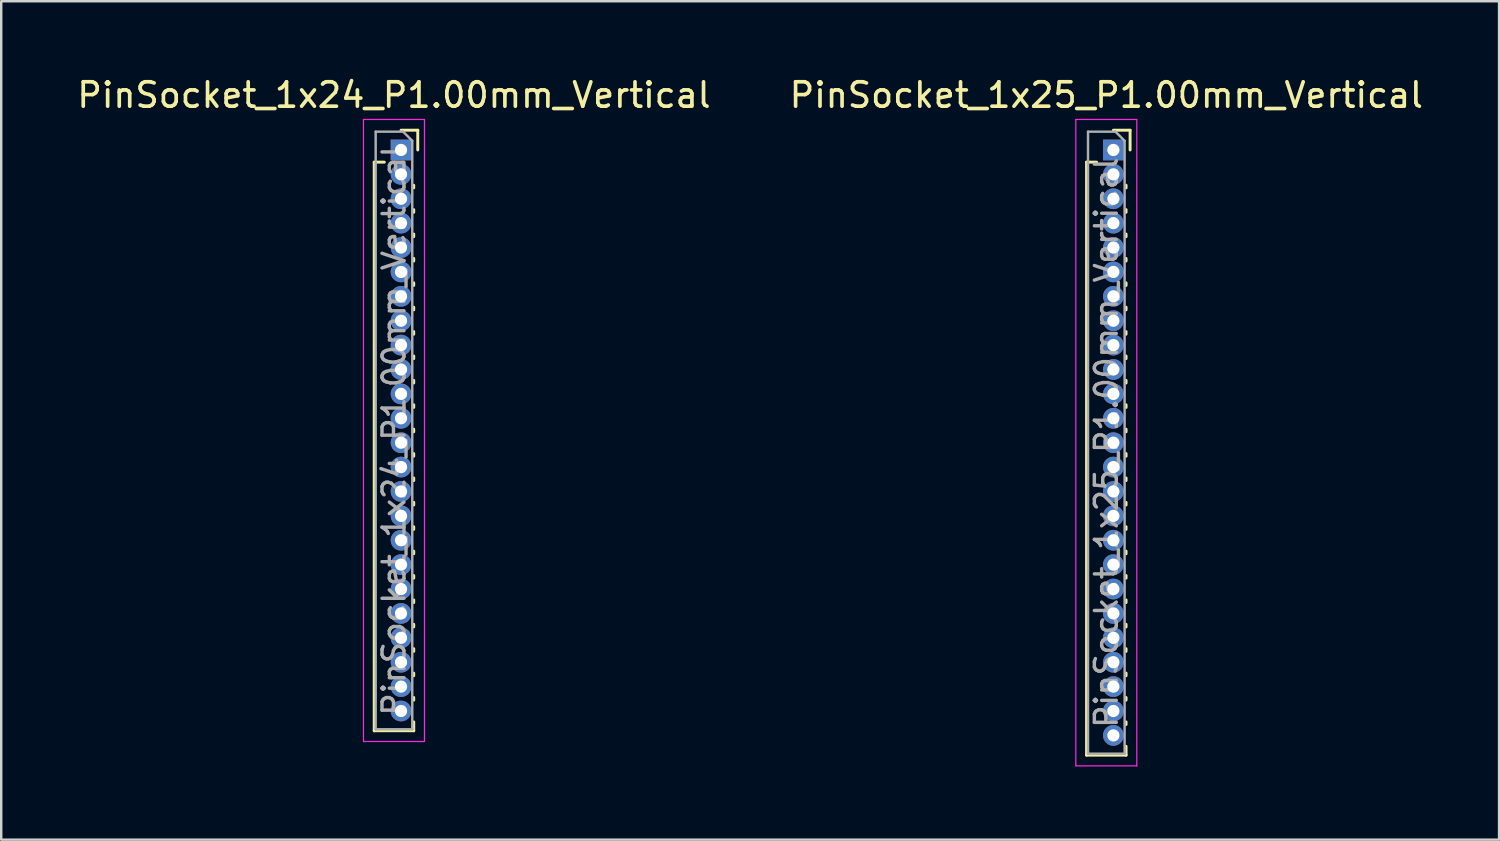
<source format=kicad_pcb>
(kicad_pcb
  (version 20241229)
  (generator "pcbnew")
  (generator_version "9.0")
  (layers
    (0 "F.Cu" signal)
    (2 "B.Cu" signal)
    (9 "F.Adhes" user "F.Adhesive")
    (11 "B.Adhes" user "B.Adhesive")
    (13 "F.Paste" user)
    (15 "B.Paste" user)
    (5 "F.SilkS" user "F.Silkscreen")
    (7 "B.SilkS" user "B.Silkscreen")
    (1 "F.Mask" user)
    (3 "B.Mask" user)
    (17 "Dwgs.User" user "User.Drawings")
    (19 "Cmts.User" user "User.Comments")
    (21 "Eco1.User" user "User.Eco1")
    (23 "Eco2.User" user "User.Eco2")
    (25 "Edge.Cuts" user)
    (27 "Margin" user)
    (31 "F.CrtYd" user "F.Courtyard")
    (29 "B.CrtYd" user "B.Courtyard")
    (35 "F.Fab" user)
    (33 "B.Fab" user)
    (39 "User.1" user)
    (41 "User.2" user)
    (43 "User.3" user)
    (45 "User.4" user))
  (footprint "PinSocket_1x24_P1.00mm_Vertical"
    (layer "F.Cu")
    (at 13.391 3.098)
    (property "Reference" "PinSocket_1x24_P1.00mm_Vertical" (at -0.29 -2.25 0) (layer "F.SilkS") (effects (font (size 1 1) (thickness 0.15))))
    (attr through_hole)
    (fp_line (start -1.1 0.5) (end -1.1 23.81) (stroke (width 0.12) (type solid)) (layer "F.SilkS"))
    (fp_line (start -1.1 0.5) (end -0.685 0.5) (stroke (width 0.12) (type solid)) (layer "F.SilkS"))
    (fp_line (start -1.1 23.81) (end 0.52 23.81) (stroke (width 0.12) (type solid)) (layer "F.SilkS"))
    (fp_line (start 0 -0.81) (end 0.685 -0.81) (stroke (width 0.12) (type solid)) (layer "F.SilkS"))
    (fp_line (start 0.52 1.446) (end 0.52 1.554) (stroke (width 0.12) (type solid)) (layer "F.SilkS"))
    (fp_line (start 0.52 2.446) (end 0.52 2.554) (stroke (width 0.12) (type solid)) (layer "F.SilkS"))
    (fp_line (start 0.52 3.446) (end 0.52 3.554) (stroke (width 0.12) (type solid)) (layer "F.SilkS"))
    (fp_line (start 0.52 4.446) (end 0.52 4.554) (stroke (width 0.12) (type solid)) (layer "F.SilkS"))
    (fp_line (start 0.52 5.446) (end 0.52 5.554) (stroke (width 0.12) (type solid)) (layer "F.SilkS"))
    (fp_line (start 0.52 6.446) (end 0.52 6.554) (stroke (width 0.12) (type solid)) (layer "F.SilkS"))
    (fp_line (start 0.52 7.446) (end 0.52 7.554) (stroke (width 0.12) (type solid)) (layer "F.SilkS"))
    (fp_line (start 0.52 8.446) (end 0.52 8.554) (stroke (width 0.12) (type solid)) (layer "F.SilkS"))
    (fp_line (start 0.52 9.446) (end 0.52 9.554) (stroke (width 0.12) (type solid)) (layer "F.SilkS"))
    (fp_line (start 0.52 10.446) (end 0.52 10.554) (stroke (width 0.12) (type solid)) (layer "F.SilkS"))
    (fp_line (start 0.52 11.446) (end 0.52 11.554) (stroke (width 0.12) (type solid)) (layer "F.SilkS"))
    (fp_line (start 0.52 12.446) (end 0.52 12.554) (stroke (width 0.12) (type solid)) (layer "F.SilkS"))
    (fp_line (start 0.52 13.446) (end 0.52 13.554) (stroke (width 0.12) (type solid)) (layer "F.SilkS"))
    (fp_line (start 0.52 14.446) (end 0.52 14.554) (stroke (width 0.12) (type solid)) (layer "F.SilkS"))
    (fp_line (start 0.52 15.446) (end 0.52 15.554) (stroke (width 0.12) (type solid)) (layer "F.SilkS"))
    (fp_line (start 0.52 16.446) (end 0.52 16.554) (stroke (width 0.12) (type solid)) (layer "F.SilkS"))
    (fp_line (start 0.52 17.446) (end 0.52 17.554) (stroke (width 0.12) (type solid)) (layer "F.SilkS"))
    (fp_line (start 0.52 18.446) (end 0.52 18.554) (stroke (width 0.12) (type solid)) (layer "F.SilkS"))
    (fp_line (start 0.52 19.446) (end 0.52 19.554) (stroke (width 0.12) (type solid)) (layer "F.SilkS"))
    (fp_line (start 0.52 20.446) (end 0.52 20.554) (stroke (width 0.12) (type solid)) (layer "F.SilkS"))
    (fp_line (start 0.52 21.446) (end 0.52 21.554) (stroke (width 0.12) (type solid)) (layer "F.SilkS"))
    (fp_line (start 0.52 22.446) (end 0.52 22.554) (stroke (width 0.12) (type solid)) (layer "F.SilkS"))
    (fp_line (start 0.52 23.446) (end 0.52 23.81) (stroke (width 0.12) (type solid)) (layer "F.SilkS"))
    (fp_line (start 0.685 -0.81) (end 0.685 0) (stroke (width 0.12) (type solid)) (layer "F.SilkS"))
    (fp_line (start -1.54 -1.25) (end 0.96 -1.25) (stroke (width 0.05) (type solid)) (layer "F.CrtYd"))
    (fp_line (start -1.54 24.25) (end -1.54 -1.25) (stroke (width 0.05) (type solid)) (layer "F.CrtYd"))
    (fp_line (start 0.96 -1.25) (end 0.96 24.25) (stroke (width 0.05) (type solid)) (layer "F.CrtYd"))
    (fp_line (start 0.96 24.25) (end -1.54 24.25) (stroke (width 0.05) (type solid)) (layer "F.CrtYd"))
    (fp_line (start -1.04 -0.75) (end 0.085 -0.75) (stroke (width 0.1) (type solid)) (layer "F.Fab"))
    (fp_line (start -1.04 23.75) (end -1.04 -0.75) (stroke (width 0.1) (type solid)) (layer "F.Fab"))
    (fp_line (start 0.085 -0.75) (end 0.46 -0.375) (stroke (width 0.1) (type solid)) (layer "F.Fab"))
    (fp_line (start 0.46 -0.375) (end 0.46 23.75) (stroke (width 0.1) (type solid)) (layer "F.Fab"))
    (fp_line (start 0.46 23.75) (end -1.04 23.75) (stroke (width 0.1) (type solid)) (layer "F.Fab"))
    (fp_text user "${REFERENCE}" (at -0.29 11.5 90) (layer "F.Fab") (effects (font (size 0.9 0.9) (thickness 0.14))))
    (pad "1" thru_hole rect (at 0 0) (size 0.85 0.85) (drill 0.5) (layers "*.Cu" "*.Mask"))
    (pad "2" thru_hole oval (at 0 1) (size 0.85 0.85) (drill 0.5) (layers "*.Cu" "*.Mask"))
    (pad "3" thru_hole oval (at 0 2) (size 0.85 0.85) (drill 0.5) (layers "*.Cu" "*.Mask"))
    (pad "4" thru_hole oval (at 0 3) (size 0.85 0.85) (drill 0.5) (layers "*.Cu" "*.Mask"))
    (pad "5" thru_hole oval (at 0 4) (size 0.85 0.85) (drill 0.5) (layers "*.Cu" "*.Mask"))
    (pad "6" thru_hole oval (at 0 5) (size 0.85 0.85) (drill 0.5) (layers "*.Cu" "*.Mask"))
    (pad "7" thru_hole oval (at 0 6) (size 0.85 0.85) (drill 0.5) (layers "*.Cu" "*.Mask"))
    (pad "8" thru_hole oval (at 0 7) (size 0.85 0.85) (drill 0.5) (layers "*.Cu" "*.Mask"))
    (pad "9" thru_hole oval (at 0 8) (size 0.85 0.85) (drill 0.5) (layers "*.Cu" "*.Mask"))
    (pad "10" thru_hole oval (at 0 9) (size 0.85 0.85) (drill 0.5) (layers "*.Cu" "*.Mask"))
    (pad "11" thru_hole oval (at 0 10) (size 0.85 0.85) (drill 0.5) (layers "*.Cu" "*.Mask"))
    (pad "12" thru_hole oval (at 0 11) (size 0.85 0.85) (drill 0.5) (layers "*.Cu" "*.Mask"))
    (pad "13" thru_hole oval (at 0 12) (size 0.85 0.85) (drill 0.5) (layers "*.Cu" "*.Mask"))
    (pad "14" thru_hole oval (at 0 13) (size 0.85 0.85) (drill 0.5) (layers "*.Cu" "*.Mask"))
    (pad "15" thru_hole oval (at 0 14) (size 0.85 0.85) (drill 0.5) (layers "*.Cu" "*.Mask"))
    (pad "16" thru_hole oval (at 0 15) (size 0.85 0.85) (drill 0.5) (layers "*.Cu" "*.Mask"))
    (pad "17" thru_hole oval (at 0 16) (size 0.85 0.85) (drill 0.5) (layers "*.Cu" "*.Mask"))
    (pad "18" thru_hole oval (at 0 17) (size 0.85 0.85) (drill 0.5) (layers "*.Cu" "*.Mask"))
    (pad "19" thru_hole oval (at 0 18) (size 0.85 0.85) (drill 0.5) (layers "*.Cu" "*.Mask"))
    (pad "20" thru_hole oval (at 0 19) (size 0.85 0.85) (drill 0.5) (layers "*.Cu" "*.Mask"))
    (pad "21" thru_hole oval (at 0 20) (size 0.85 0.85) (drill 0.5) (layers "*.Cu" "*.Mask"))
    (pad "22" thru_hole oval (at 0 21) (size 0.85 0.85) (drill 0.5) (layers "*.Cu" "*.Mask"))
    (pad "23" thru_hole oval (at 0 22) (size 0.85 0.85) (drill 0.5) (layers "*.Cu" "*.Mask"))
    (pad "24" thru_hole oval (at 0 23) (size 0.85 0.85) (drill 0.5) (layers "*.Cu" "*.Mask")))
  (footprint "PinSocket_1x25_P1.00mm_Vertical"
    (layer "F.Cu")
    (at 42.594 3.098)
    (property "Reference" "PinSocket_1x25_P1.00mm_Vertical" (at -0.29 -2.25 0) (layer "F.SilkS") (effects (font (size 1 1) (thickness 0.15))))
    (attr through_hole)
    (fp_line (start -1.1 0.5) (end -1.1 24.81) (stroke (width 0.12) (type solid)) (layer "F.SilkS"))
    (fp_line (start -1.1 0.5) (end -0.685 0.5) (stroke (width 0.12) (type solid)) (layer "F.SilkS"))
    (fp_line (start -1.1 24.81) (end 0.52 24.81) (stroke (width 0.12) (type solid)) (layer "F.SilkS"))
    (fp_line (start 0 -0.81) (end 0.685 -0.81) (stroke (width 0.12) (type solid)) (layer "F.SilkS"))
    (fp_line (start 0.52 1.446) (end 0.52 1.554) (stroke (width 0.12) (type solid)) (layer "F.SilkS"))
    (fp_line (start 0.52 2.446) (end 0.52 2.554) (stroke (width 0.12) (type solid)) (layer "F.SilkS"))
    (fp_line (start 0.52 3.446) (end 0.52 3.554) (stroke (width 0.12) (type solid)) (layer "F.SilkS"))
    (fp_line (start 0.52 4.446) (end 0.52 4.554) (stroke (width 0.12) (type solid)) (layer "F.SilkS"))
    (fp_line (start 0.52 5.446) (end 0.52 5.554) (stroke (width 0.12) (type solid)) (layer "F.SilkS"))
    (fp_line (start 0.52 6.446) (end 0.52 6.554) (stroke (width 0.12) (type solid)) (layer "F.SilkS"))
    (fp_line (start 0.52 7.446) (end 0.52 7.554) (stroke (width 0.12) (type solid)) (layer "F.SilkS"))
    (fp_line (start 0.52 8.446) (end 0.52 8.554) (stroke (width 0.12) (type solid)) (layer "F.SilkS"))
    (fp_line (start 0.52 9.446) (end 0.52 9.554) (stroke (width 0.12) (type solid)) (layer "F.SilkS"))
    (fp_line (start 0.52 10.446) (end 0.52 10.554) (stroke (width 0.12) (type solid)) (layer "F.SilkS"))
    (fp_line (start 0.52 11.446) (end 0.52 11.554) (stroke (width 0.12) (type solid)) (layer "F.SilkS"))
    (fp_line (start 0.52 12.446) (end 0.52 12.554) (stroke (width 0.12) (type solid)) (layer "F.SilkS"))
    (fp_line (start 0.52 13.446) (end 0.52 13.554) (stroke (width 0.12) (type solid)) (layer "F.SilkS"))
    (fp_line (start 0.52 14.446) (end 0.52 14.554) (stroke (width 0.12) (type solid)) (layer "F.SilkS"))
    (fp_line (start 0.52 15.446) (end 0.52 15.554) (stroke (width 0.12) (type solid)) (layer "F.SilkS"))
    (fp_line (start 0.52 16.446) (end 0.52 16.554) (stroke (width 0.12) (type solid)) (layer "F.SilkS"))
    (fp_line (start 0.52 17.446) (end 0.52 17.554) (stroke (width 0.12) (type solid)) (layer "F.SilkS"))
    (fp_line (start 0.52 18.446) (end 0.52 18.554) (stroke (width 0.12) (type solid)) (layer "F.SilkS"))
    (fp_line (start 0.52 19.446) (end 0.52 19.554) (stroke (width 0.12) (type solid)) (layer "F.SilkS"))
    (fp_line (start 0.52 20.446) (end 0.52 20.554) (stroke (width 0.12) (type solid)) (layer "F.SilkS"))
    (fp_line (start 0.52 21.446) (end 0.52 21.554) (stroke (width 0.12) (type solid)) (layer "F.SilkS"))
    (fp_line (start 0.52 22.446) (end 0.52 22.554) (stroke (width 0.12) (type solid)) (layer "F.SilkS"))
    (fp_line (start 0.52 23.446) (end 0.52 23.554) (stroke (width 0.12) (type solid)) (layer "F.SilkS"))
    (fp_line (start 0.52 24.446) (end 0.52 24.81) (stroke (width 0.12) (type solid)) (layer "F.SilkS"))
    (fp_line (start 0.685 -0.81) (end 0.685 0) (stroke (width 0.12) (type solid)) (layer "F.SilkS"))
    (fp_line (start -1.54 -1.25) (end 0.96 -1.25) (stroke (width 0.05) (type solid)) (layer "F.CrtYd"))
    (fp_line (start -1.54 25.25) (end -1.54 -1.25) (stroke (width 0.05) (type solid)) (layer "F.CrtYd"))
    (fp_line (start 0.96 -1.25) (end 0.96 25.25) (stroke (width 0.05) (type solid)) (layer "F.CrtYd"))
    (fp_line (start 0.96 25.25) (end -1.54 25.25) (stroke (width 0.05) (type solid)) (layer "F.CrtYd"))
    (fp_line (start -1.04 -0.75) (end 0.085 -0.75) (stroke (width 0.1) (type solid)) (layer "F.Fab"))
    (fp_line (start -1.04 24.75) (end -1.04 -0.75) (stroke (width 0.1) (type solid)) (layer "F.Fab"))
    (fp_line (start 0.085 -0.75) (end 0.46 -0.375) (stroke (width 0.1) (type solid)) (layer "F.Fab"))
    (fp_line (start 0.46 -0.375) (end 0.46 24.75) (stroke (width 0.1) (type solid)) (layer "F.Fab"))
    (fp_line (start 0.46 24.75) (end -1.04 24.75) (stroke (width 0.1) (type solid)) (layer "F.Fab"))
    (fp_text user "${REFERENCE}" (at -0.29 12 90) (layer "F.Fab") (effects (font (size 0.9 0.9) (thickness 0.14))))
    (pad "1" thru_hole rect (at 0 0) (size 0.85 0.85) (drill 0.5) (layers "*.Cu" "*.Mask"))
    (pad "2" thru_hole oval (at 0 1) (size 0.85 0.85) (drill 0.5) (layers "*.Cu" "*.Mask"))
    (pad "3" thru_hole oval (at 0 2) (size 0.85 0.85) (drill 0.5) (layers "*.Cu" "*.Mask"))
    (pad "4" thru_hole oval (at 0 3) (size 0.85 0.85) (drill 0.5) (layers "*.Cu" "*.Mask"))
    (pad "5" thru_hole oval (at 0 4) (size 0.85 0.85) (drill 0.5) (layers "*.Cu" "*.Mask"))
    (pad "6" thru_hole oval (at 0 5) (size 0.85 0.85) (drill 0.5) (layers "*.Cu" "*.Mask"))
    (pad "7" thru_hole oval (at 0 6) (size 0.85 0.85) (drill 0.5) (layers "*.Cu" "*.Mask"))
    (pad "8" thru_hole oval (at 0 7) (size 0.85 0.85) (drill 0.5) (layers "*.Cu" "*.Mask"))
    (pad "9" thru_hole oval (at 0 8) (size 0.85 0.85) (drill 0.5) (layers "*.Cu" "*.Mask"))
    (pad "10" thru_hole oval (at 0 9) (size 0.85 0.85) (drill 0.5) (layers "*.Cu" "*.Mask"))
    (pad "11" thru_hole oval (at 0 10) (size 0.85 0.85) (drill 0.5) (layers "*.Cu" "*.Mask"))
    (pad "12" thru_hole oval (at 0 11) (size 0.85 0.85) (drill 0.5) (layers "*.Cu" "*.Mask"))
    (pad "13" thru_hole oval (at 0 12) (size 0.85 0.85) (drill 0.5) (layers "*.Cu" "*.Mask"))
    (pad "14" thru_hole oval (at 0 13) (size 0.85 0.85) (drill 0.5) (layers "*.Cu" "*.Mask"))
    (pad "15" thru_hole oval (at 0 14) (size 0.85 0.85) (drill 0.5) (layers "*.Cu" "*.Mask"))
    (pad "16" thru_hole oval (at 0 15) (size 0.85 0.85) (drill 0.5) (layers "*.Cu" "*.Mask"))
    (pad "17" thru_hole oval (at 0 16) (size 0.85 0.85) (drill 0.5) (layers "*.Cu" "*.Mask"))
    (pad "18" thru_hole oval (at 0 17) (size 0.85 0.85) (drill 0.5) (layers "*.Cu" "*.Mask"))
    (pad "19" thru_hole oval (at 0 18) (size 0.85 0.85) (drill 0.5) (layers "*.Cu" "*.Mask"))
    (pad "20" thru_hole oval (at 0 19) (size 0.85 0.85) (drill 0.5) (layers "*.Cu" "*.Mask"))
    (pad "21" thru_hole oval (at 0 20) (size 0.85 0.85) (drill 0.5) (layers "*.Cu" "*.Mask"))
    (pad "22" thru_hole oval (at 0 21) (size 0.85 0.85) (drill 0.5) (layers "*.Cu" "*.Mask"))
    (pad "23" thru_hole oval (at 0 22) (size 0.85 0.85) (drill 0.5) (layers "*.Cu" "*.Mask"))
    (pad "24" thru_hole oval (at 0 23) (size 0.85 0.85) (drill 0.5) (layers "*.Cu" "*.Mask"))
    (pad "25" thru_hole oval (at 0 24) (size 0.85 0.85) (drill 0.5) (layers "*.Cu" "*.Mask")))
  (gr_rect
    (start -3 -3)
    (end 58.405 31.373)
    (stroke (width 0.1) (type default))
    (fill no)
    (layer "Edge.Cuts")))
</source>
